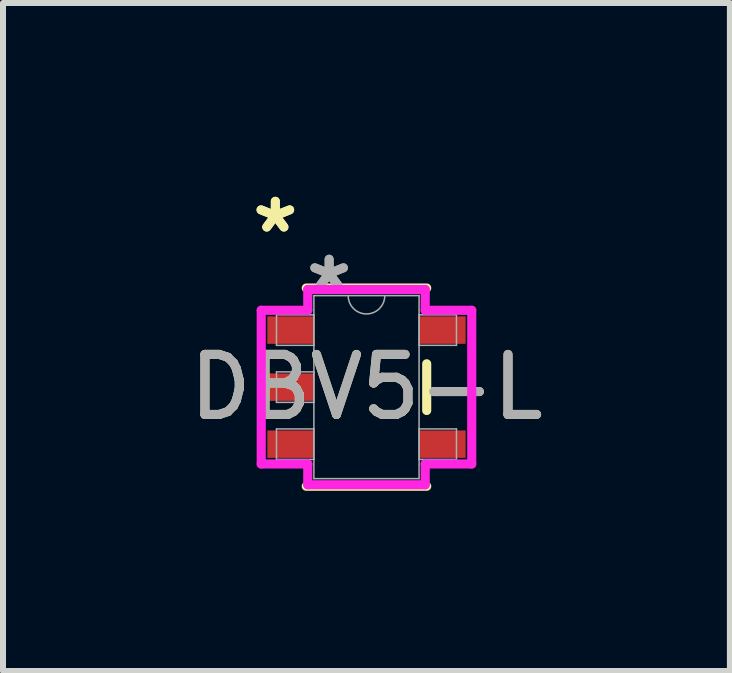
<source format=kicad_pcb>
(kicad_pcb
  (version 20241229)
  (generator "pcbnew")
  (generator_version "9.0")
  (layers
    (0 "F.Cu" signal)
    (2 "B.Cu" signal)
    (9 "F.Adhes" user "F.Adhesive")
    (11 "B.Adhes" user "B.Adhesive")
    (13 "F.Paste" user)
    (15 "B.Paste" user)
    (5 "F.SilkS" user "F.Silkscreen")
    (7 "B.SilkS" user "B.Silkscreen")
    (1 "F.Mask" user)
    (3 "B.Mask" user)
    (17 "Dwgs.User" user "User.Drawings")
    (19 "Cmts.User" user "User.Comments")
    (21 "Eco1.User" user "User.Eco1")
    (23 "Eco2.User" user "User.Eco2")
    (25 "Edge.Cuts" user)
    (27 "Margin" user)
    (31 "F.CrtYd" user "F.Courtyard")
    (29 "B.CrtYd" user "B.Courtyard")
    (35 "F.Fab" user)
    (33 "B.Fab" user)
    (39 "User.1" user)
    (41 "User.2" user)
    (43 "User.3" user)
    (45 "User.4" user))
  (footprint "DBV5-L"
    (layer "F.Cu")
    (at 3.054 3.398)
    (property "Reference" "DBV5-L" (at 0 0 0) (unlocked yes) (layer "F.SilkS") (effects (font (size 1 1) (thickness 0.15))))
    (attr smd)
    (fp_line (start -1.003 1.651) (end 1.003 1.651) (stroke (width 0.152) (type solid)) (layer "F.SilkS"))
    (fp_line (start 1.003 -1.651) (end -1.003 -1.651) (stroke (width 0.152) (type solid)) (layer "F.SilkS"))
    (fp_line (start 1.003 0.389) (end 1.003 -0.389) (stroke (width 0.152) (type solid)) (layer "F.SilkS"))
    (fp_line (start -1.753 -1.28) (end -0.978 -1.28) (stroke (width 0.152) (type solid)) (layer "F.CrtYd"))
    (fp_line (start -1.753 1.28) (end -1.753 -1.28) (stroke (width 0.152) (type solid)) (layer "F.CrtYd"))
    (fp_line (start -0.978 -1.626) (end 0.978 -1.626) (stroke (width 0.152) (type solid)) (layer "F.CrtYd"))
    (fp_line (start -0.978 -1.28) (end -0.978 -1.626) (stroke (width 0.152) (type solid)) (layer "F.CrtYd"))
    (fp_line (start -0.978 1.28) (end -1.753 1.28) (stroke (width 0.152) (type solid)) (layer "F.CrtYd"))
    (fp_line (start -0.978 1.626) (end -0.978 1.28) (stroke (width 0.152) (type solid)) (layer "F.CrtYd"))
    (fp_line (start 0.978 -1.626) (end 0.978 -1.28) (stroke (width 0.152) (type solid)) (layer "F.CrtYd"))
    (fp_line (start 0.978 -1.28) (end 1.753 -1.28) (stroke (width 0.152) (type solid)) (layer "F.CrtYd"))
    (fp_line (start 0.978 1.28) (end 0.978 1.626) (stroke (width 0.152) (type solid)) (layer "F.CrtYd"))
    (fp_line (start 0.978 1.626) (end -0.978 1.626) (stroke (width 0.152) (type solid)) (layer "F.CrtYd"))
    (fp_line (start 1.753 -1.28) (end 1.753 1.28) (stroke (width 0.152) (type solid)) (layer "F.CrtYd"))
    (fp_line (start 1.753 1.28) (end 0.978 1.28) (stroke (width 0.152) (type solid)) (layer "F.CrtYd"))
    (fp_line (start -1.499 -1.204) (end -1.499 -0.696) (stroke (width 0.025) (type solid)) (layer "F.Fab"))
    (fp_line (start -1.499 -0.696) (end -0.876 -0.696) (stroke (width 0.025) (type solid)) (layer "F.Fab"))
    (fp_line (start -1.499 -0.254) (end -1.499 0.254) (stroke (width 0.025) (type solid)) (layer "F.Fab"))
    (fp_line (start -1.499 0.254) (end -0.876 0.254) (stroke (width 0.025) (type solid)) (layer "F.Fab"))
    (fp_line (start -1.499 0.696) (end -1.499 1.204) (stroke (width 0.025) (type solid)) (layer "F.Fab"))
    (fp_line (start -1.499 1.204) (end -0.876 1.204) (stroke (width 0.025) (type solid)) (layer "F.Fab"))
    (fp_line (start -0.876 -1.524) (end -0.876 1.524) (stroke (width 0.025) (type solid)) (layer "F.Fab"))
    (fp_line (start -0.876 -1.204) (end -1.499 -1.204) (stroke (width 0.025) (type solid)) (layer "F.Fab"))
    (fp_line (start -0.876 -0.696) (end -0.876 -1.204) (stroke (width 0.025) (type solid)) (layer "F.Fab"))
    (fp_line (start -0.876 -0.254) (end -1.499 -0.254) (stroke (width 0.025) (type solid)) (layer "F.Fab"))
    (fp_line (start -0.876 0.254) (end -0.876 -0.254) (stroke (width 0.025) (type solid)) (layer "F.Fab"))
    (fp_line (start -0.876 0.696) (end -1.499 0.696) (stroke (width 0.025) (type solid)) (layer "F.Fab"))
    (fp_line (start -0.876 1.204) (end -0.876 0.696) (stroke (width 0.025) (type solid)) (layer "F.Fab"))
    (fp_line (start -0.876 1.524) (end 0.876 1.524) (stroke (width 0.025) (type solid)) (layer "F.Fab"))
    (fp_line (start 0.876 -1.524) (end -0.876 -1.524) (stroke (width 0.025) (type solid)) (layer "F.Fab"))
    (fp_line (start 0.876 -1.204) (end 0.876 -0.696) (stroke (width 0.025) (type solid)) (layer "F.Fab"))
    (fp_line (start 0.876 -0.696) (end 1.499 -0.696) (stroke (width 0.025) (type solid)) (layer "F.Fab"))
    (fp_line (start 0.876 0.696) (end 0.876 1.204) (stroke (width 0.025) (type solid)) (layer "F.Fab"))
    (fp_line (start 0.876 1.204) (end 1.499 1.204) (stroke (width 0.025) (type solid)) (layer "F.Fab"))
    (fp_line (start 0.876 1.524) (end 0.876 -1.524) (stroke (width 0.025) (type solid)) (layer "F.Fab"))
    (fp_line (start 1.499 -1.204) (end 0.876 -1.204) (stroke (width 0.025) (type solid)) (layer "F.Fab"))
    (fp_line (start 1.499 -0.696) (end 1.499 -1.204) (stroke (width 0.025) (type solid)) (layer "F.Fab"))
    (fp_line (start 1.499 0.696) (end 0.876 0.696) (stroke (width 0.025) (type solid)) (layer "F.Fab"))
    (fp_line (start 1.499 1.204) (end 1.499 0.696) (stroke (width 0.025) (type solid)) (layer "F.Fab"))
    (fp_arc (start 0.3048 -1.524) (mid 0 -1.2192) (end -0.3048 -1.524) (stroke (width 0.0254) (type solid)) (layer "F.Fab"))
    (fp_text user "*" (at -1.518 -2.55 0) (layer "F.SilkS") (effects (font (size 1 1) (thickness 0.15))))
    (fp_text user "*" (at -1.518 -2.55 0) (unlocked yes) (layer "F.SilkS") (effects (font (size 1 1) (thickness 0.15))))
    (fp_text user "*" (at -0.622 -1.585 0) (layer "F.Fab") (effects (font (size 1 1) (thickness 0.15))))
    (fp_text user "${REFERENCE}" (at 0 0 0) (unlocked yes) (layer "F.Fab") (effects (font (size 1 1) (thickness 0.15))))
    (fp_text user "*" (at -0.622 -1.585 0) (unlocked yes) (layer "F.Fab") (effects (font (size 1 1) (thickness 0.15))))
    (pad "1" smd rect (at -1.264 -0.95) (size 0.775 0.457) (layers "F.Cu" "F.Mask" "F.Paste"))
    (pad "2" smd rect (at -1.264 0) (size 0.775 0.457) (layers "F.Cu" "F.Mask" "F.Paste"))
    (pad "3" smd rect (at -1.264 0.95) (size 0.775 0.457) (layers "F.Cu" "F.Mask" "F.Paste"))
    (pad "4" smd rect (at 1.264 0.95) (size 0.775 0.457) (layers "F.Cu" "F.Mask" "F.Paste"))
    (pad "5" smd rect (at 1.264 -0.95) (size 0.775 0.457) (layers "F.Cu" "F.Mask" "F.Paste")))
  (gr_rect
    (start -3 -3)
    (end 9.107 8.126)
    (stroke (width 0.1) (type default))
    (fill no)
    (layer "Edge.Cuts")))
</source>
